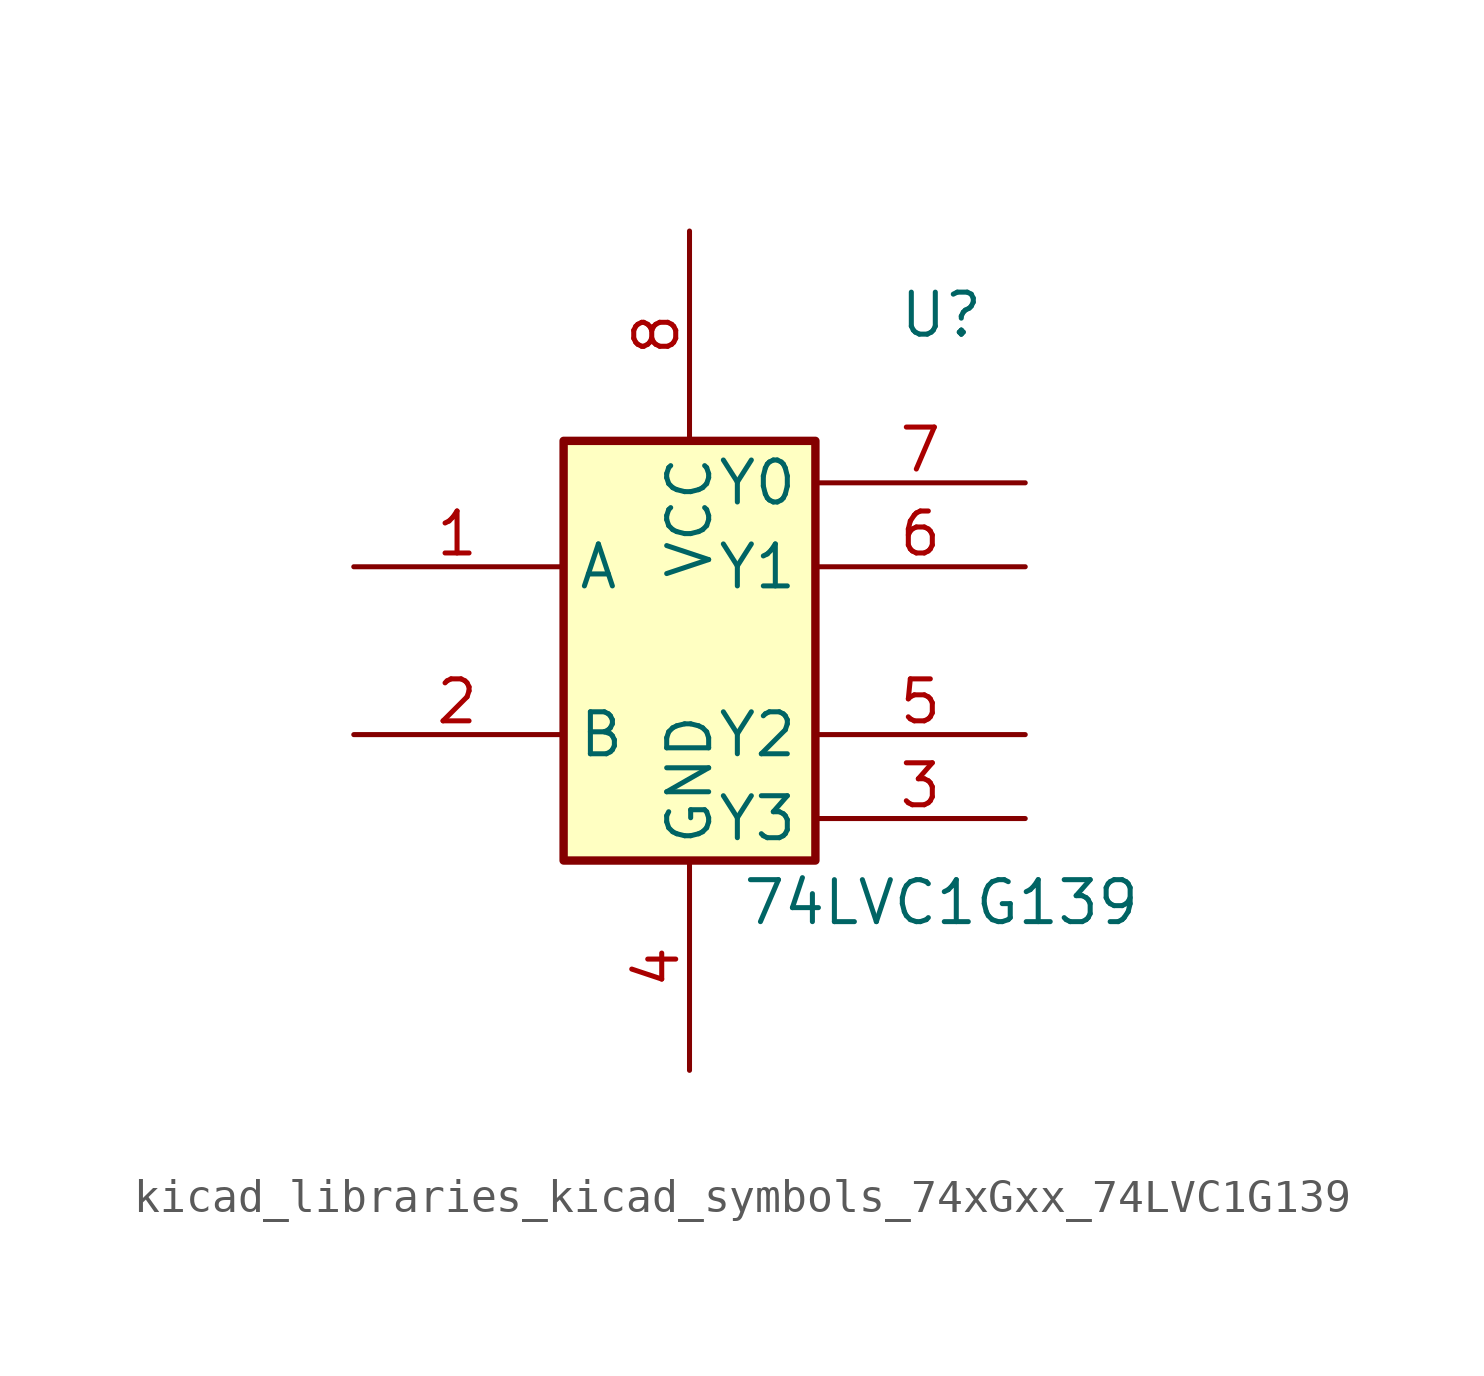
<source format=kicad_sym>
(kicad_symbol_lib
  (version 20220914)
  (generator kicad_symbol_editor)
  (symbol "kicad_libraries_kicad_symbols_74xGxx_74LVC1G139"
    (property "Reference" "U"
      (at 7.62 10.16 0)
      (effects (font (size 1.27 1.27))))
    (property "Value" "74LVC1G139"
      (at 7.62 -7.62 0)
      (effects (font (size 1.27 1.27))))
    (symbol "kicad_libraries_kicad_symbols_74xGxx_74LVC1G139_0_1"
      (rectangle (start -3.81 6.35) (end 3.81 -6.35) (stroke (width 0.254) (type default)) (fill (type background))))
    (symbol "kicad_libraries_kicad_symbols_74xGxx_74LVC1G139_1_1"
      (pin input line (at -10.16 2.54 0) (length 6.25) (name "A" (effects (font (size 1.27 1.27)))) (number "1" (effects (font (size 1.27 1.27)))))
      (pin input line (at -10.16 -2.54 0) (length 6.25) (name "B" (effects (font (size 1.27 1.27)))) (number "2" (effects (font (size 1.27 1.27)))))
      (pin output line (at 10.16 -5.08 180) (length 6.35) (name "Y3" (effects (font (size 1.27 1.27)))) (number "3" (effects (font (size 1.27 1.27)))))
      (pin power_in line (at 0 -12.7 90) (length 6.25) (name "GND" (effects (font (size 1.27 1.27)))) (number "4" (effects (font (size 1.27 1.27)))))
      (pin output line (at 10.16 -2.54 180) (length 6.35) (name "Y2" (effects (font (size 1.27 1.27)))) (number "5" (effects (font (size 1.27 1.27)))))
      (pin output line (at 10.16 2.54 180) (length 6.35) (name "Y1" (effects (font (size 1.27 1.27)))) (number "6" (effects (font (size 1.27 1.27)))))
      (pin output line (at 10.16 5.08 180) (length 6.35) (name "Y0" (effects (font (size 1.27 1.27)))) (number "7" (effects (font (size 1.27 1.27)))))
      (pin power_in line (at 0 12.7 270) (length 6.25) (name "VCC" (effects (font (size 1.27 1.27)))) (number "8" (effects (font (size 1.27 1.27))))))))
</source>
